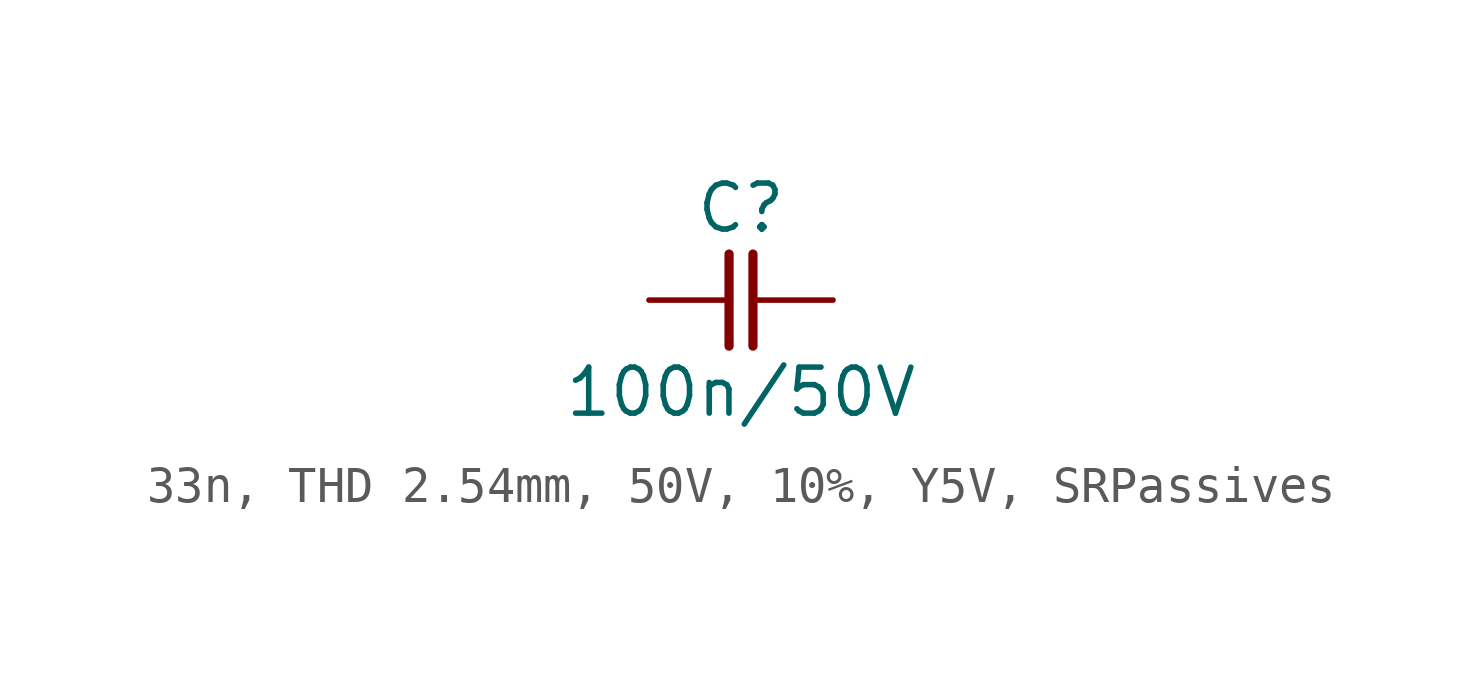
<source format=kicad_sym>
(kicad_symbol_lib
  (version 20241209)
  (generator "kicad_symbol_editor")
  (generator_version "9.0")
  (symbol "33n, THD 2.54mm, 50V, 10%, Y5V, SRPassives"
    (pin_numbers
      (hide yes))
    (pin_names
      (offset 0)
      (hide yes))
    (property "Reference" "C"
      (at 0 2.54 0)
      (effects (font (size 1.27 1.27))))
    (property "Value" "100n/50V"
      (at 0 -2.54 0)
      (effects (font (size 1.27 1.27))))
    (symbol "33n, THD 2.54mm, 50V, 10%, Y5V, SRPassives_0_1"
      (polyline (pts (xy -0.33 1.27) (xy -0.33 -1.27)) (stroke (width 0.254) (type default)) (fill (type none)))
      (polyline (pts (xy 0.33 1.27) (xy 0.33 -1.27)) (stroke (width 0.254) (type default)) (fill (type none))))
    (symbol "33n, THD 2.54mm, 50V, 10%, Y5V, SRPassives_1_1"
      (pin passive line (at -2.54 0 0) (length 2.21) (name "1" (effects (font (size 1.27 1.27)))) (number "1" (effects (font (size 1.27 1.27)))))
      (pin passive line (at 2.54 0 180) (length 2.21) (name "2" (effects (font (size 1.27 1.27)))) (number "2" (effects (font (size 1.27 1.27))))))))
</source>
